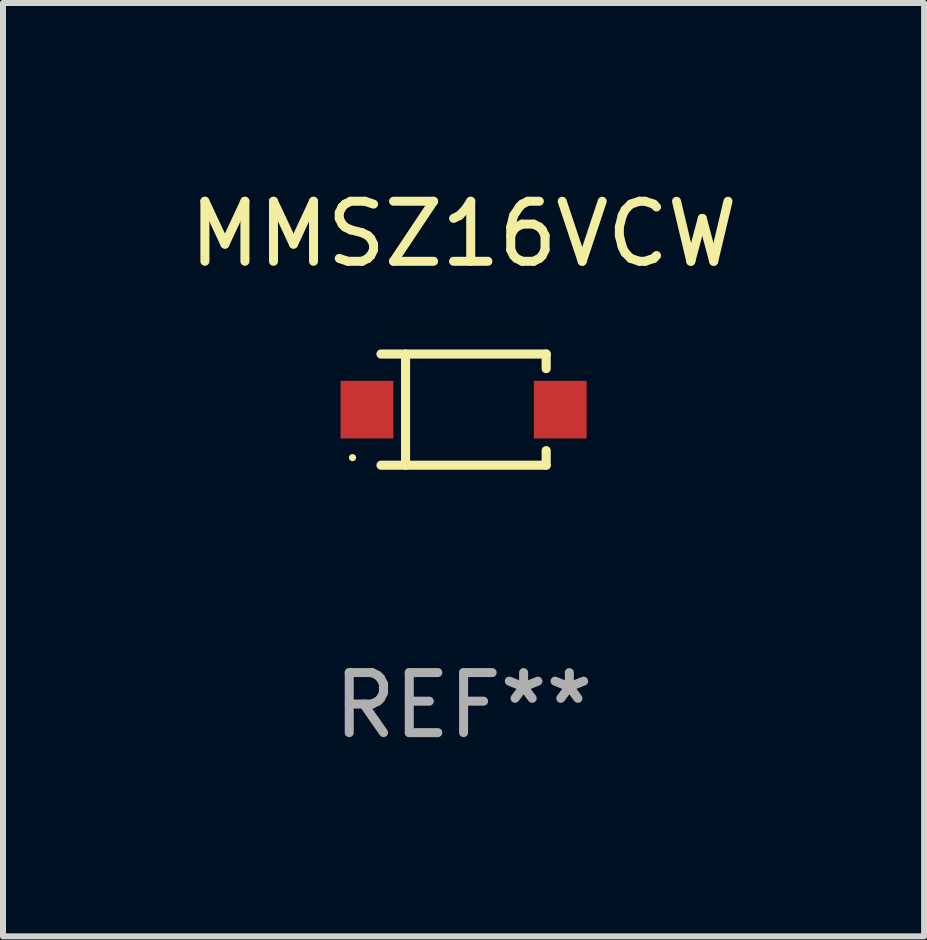
<source format=kicad_pcb>
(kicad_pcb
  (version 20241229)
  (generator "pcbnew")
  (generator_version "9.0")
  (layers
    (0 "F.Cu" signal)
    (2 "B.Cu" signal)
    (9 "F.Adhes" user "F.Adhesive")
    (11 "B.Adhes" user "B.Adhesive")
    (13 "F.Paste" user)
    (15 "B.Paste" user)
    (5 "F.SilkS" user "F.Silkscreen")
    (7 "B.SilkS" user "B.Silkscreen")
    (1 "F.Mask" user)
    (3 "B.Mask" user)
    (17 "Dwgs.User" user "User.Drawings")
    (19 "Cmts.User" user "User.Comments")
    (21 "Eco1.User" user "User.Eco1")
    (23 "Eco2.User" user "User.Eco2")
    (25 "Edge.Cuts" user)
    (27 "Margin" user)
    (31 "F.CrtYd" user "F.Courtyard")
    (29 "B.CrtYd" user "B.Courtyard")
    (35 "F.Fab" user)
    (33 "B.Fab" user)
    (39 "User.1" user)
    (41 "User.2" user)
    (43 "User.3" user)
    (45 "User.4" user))
  (footprint "MMSZ16VCW"
    (layer "F.Cu")
    (at 4.673 3.774)
    (property "Reference" "MMSZ16VCW" (at 0 -2.926 0) (layer "F.SilkS") (effects (font (size 1 1) (thickness 0.15))))
    (attr through_hole)
    (fp_line (start -1.376 -0.926) (end 1.376 -0.926) (stroke (width 0.152) (type solid)) (layer "F.SilkS"))
    (fp_line (start -1.376 0.926) (end 1.376 0.926) (stroke (width 0.152) (type solid)) (layer "F.SilkS"))
    (fp_line (start -0.967 -0.926) (end -0.967 0.926) (stroke (width 0.152) (type solid)) (layer "F.SilkS"))
    (fp_line (start 1.376 -0.926) (end 1.376 -0.683) (stroke (width 0.152) (type solid)) (layer "F.SilkS"))
    (fp_line (start 1.376 0.926) (end 1.376 0.683) (stroke (width 0.152) (type solid)) (layer "F.SilkS"))
    (fp_circle (center -1.85 0.8) (end -1.82 0.8) (stroke (width 0.06) (type solid)) (fill no) (layer "F.SilkS"))
    (fp_text user "REF**" (at 0 4.926 0) (layer "F.Fab") (effects (font (size 1 1) (thickness 0.15))))
    (pad "1" smd rect (at -1.61 0) (size 0.88 0.96) (layers "F.Cu" "F.Mask" "F.Paste"))
    (pad "2" smd rect (at 1.61 0) (size 0.88 0.96) (layers "F.Cu" "F.Mask" "F.Paste")))
  (gr_rect
    (start -3 -3)
    (end 12.345 12.549)
    (stroke (width 0.1) (type default))
    (fill no)
    (layer "Edge.Cuts")))
</source>
